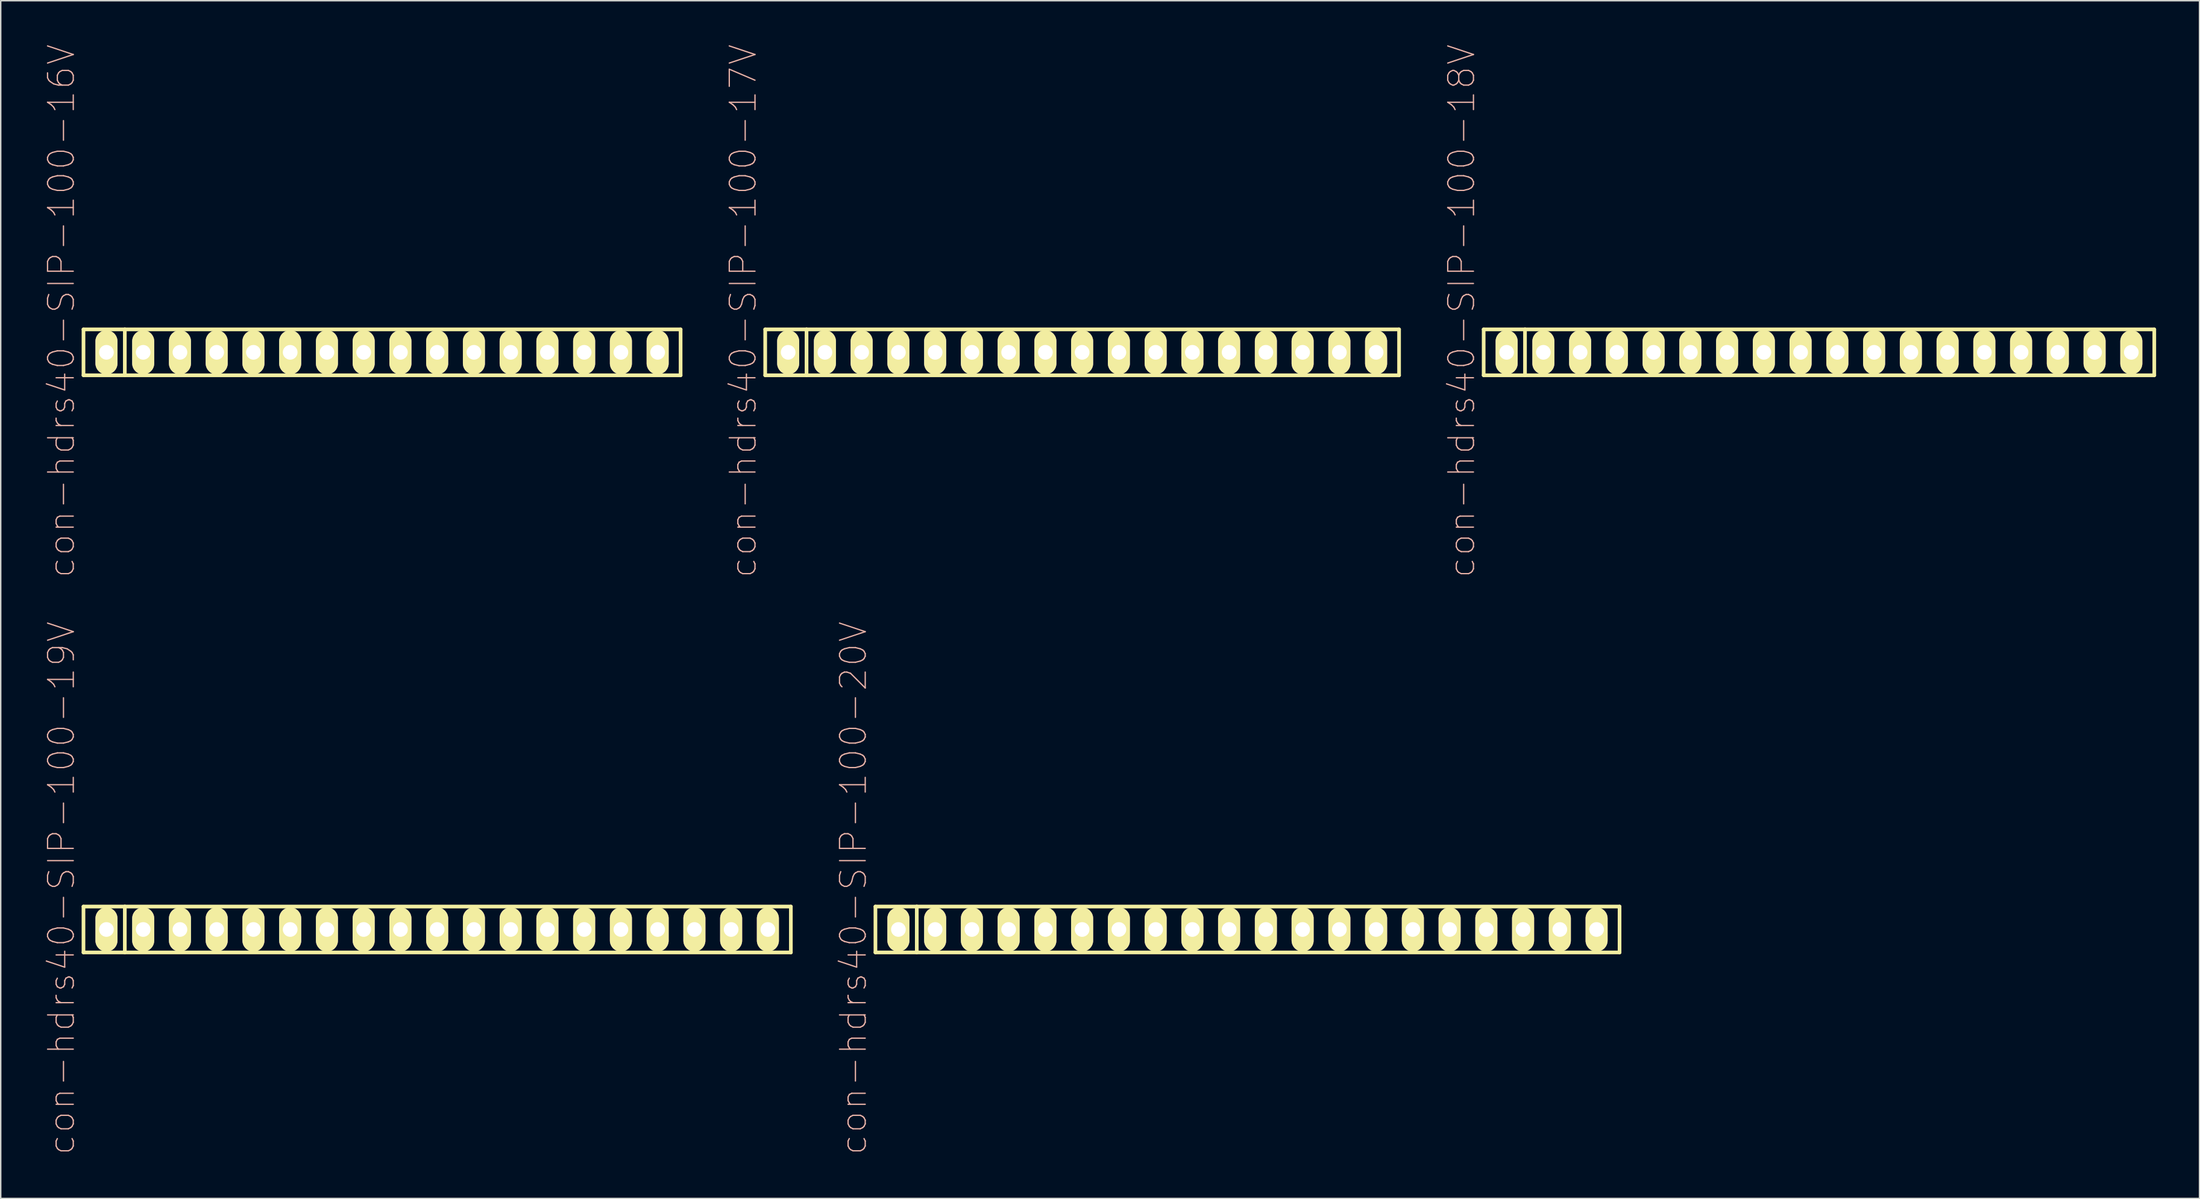
<source format=kicad_pcb>
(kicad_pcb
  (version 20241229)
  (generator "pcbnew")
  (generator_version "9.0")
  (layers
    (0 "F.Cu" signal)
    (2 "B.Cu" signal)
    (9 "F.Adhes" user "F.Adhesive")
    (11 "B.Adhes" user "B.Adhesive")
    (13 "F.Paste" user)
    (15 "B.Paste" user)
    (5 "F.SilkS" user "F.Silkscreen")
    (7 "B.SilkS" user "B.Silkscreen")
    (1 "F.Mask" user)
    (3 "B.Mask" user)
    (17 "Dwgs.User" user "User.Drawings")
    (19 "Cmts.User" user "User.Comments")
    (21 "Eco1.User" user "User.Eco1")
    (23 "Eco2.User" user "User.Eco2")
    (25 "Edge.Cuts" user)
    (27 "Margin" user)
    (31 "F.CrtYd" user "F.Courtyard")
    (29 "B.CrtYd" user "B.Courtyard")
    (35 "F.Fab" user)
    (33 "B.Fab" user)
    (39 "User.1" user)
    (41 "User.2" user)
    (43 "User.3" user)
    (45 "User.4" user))
  (footprint "con-hdrs40-SIP-100-16V"
    (layer "F.Cu")
    (at 23.358 21.313)
    (property "Reference" "con-hdrs40-SIP-100-16V" (at -22.162 -2.857 90) (layer "B.SilkS") (effects (font (size 1.778 1.778) (thickness 0.089))))
    (attr exclude_from_pos_files exclude_from_bom)
    (fp_line (start -20.637 -1.587) (end -20.637 1.587) (stroke (width 0.254) (type solid)) (layer "F.SilkS"))
    (fp_line (start -20.637 1.587) (end 20.637 1.587) (stroke (width 0.254) (type solid)) (layer "F.SilkS"))
    (fp_line (start -17.78 -1.587) (end -20.637 -1.587) (stroke (width 0.254) (type solid)) (layer "F.SilkS"))
    (fp_line (start -17.78 -1.587) (end -17.78 1.587) (stroke (width 0.254) (type solid)) (layer "F.SilkS"))
    (fp_line (start 20.637 -1.587) (end -17.78 -1.587) (stroke (width 0.254) (type solid)) (layer "F.SilkS"))
    (fp_line (start 20.637 1.587) (end 20.637 -1.587) (stroke (width 0.254) (type solid)) (layer "F.SilkS"))
    (pad "1" thru_hole oval (at -19.05 0) (size 1.524 3.048) (drill 1.016) (layers "*.Cu" "F.Mask" "F.SilkS" "F.Paste"))
    (pad "2" thru_hole oval (at -16.51 0) (size 1.524 3.048) (drill 1.016) (layers "*.Cu" "F.Mask" "F.SilkS" "F.Paste"))
    (pad "3" thru_hole oval (at -13.97 0) (size 1.524 3.048) (drill 1.016) (layers "*.Cu" "F.Mask" "F.SilkS" "F.Paste"))
    (pad "4" thru_hole oval (at -11.43 0) (size 1.524 3.048) (drill 1.016) (layers "*.Cu" "F.Mask" "F.SilkS" "F.Paste"))
    (pad "5" thru_hole oval (at -8.89 0) (size 1.524 3.048) (drill 1.016) (layers "*.Cu" "F.Mask" "F.SilkS" "F.Paste"))
    (pad "6" thru_hole oval (at -6.35 0) (size 1.524 3.048) (drill 1.016) (layers "*.Cu" "F.Mask" "F.SilkS" "F.Paste"))
    (pad "7" thru_hole oval (at -3.81 0) (size 1.524 3.048) (drill 1.016) (layers "*.Cu" "F.Mask" "F.SilkS" "F.Paste"))
    (pad "8" thru_hole oval (at -1.27 0) (size 1.524 3.048) (drill 1.016) (layers "*.Cu" "F.Mask" "F.SilkS" "F.Paste"))
    (pad "9" thru_hole oval (at 1.27 0) (size 1.524 3.048) (drill 1.016) (layers "*.Cu" "F.Mask" "F.SilkS" "F.Paste"))
    (pad "10" thru_hole oval (at 3.81 0) (size 1.524 3.048) (drill 1.016) (layers "*.Cu" "F.Mask" "F.SilkS" "F.Paste"))
    (pad "11" thru_hole oval (at 6.35 0) (size 1.524 3.048) (drill 1.016) (layers "*.Cu" "F.Mask" "F.SilkS" "F.Paste"))
    (pad "12" thru_hole oval (at 8.89 0) (size 1.524 3.048) (drill 1.016) (layers "*.Cu" "F.Mask" "F.SilkS" "F.Paste"))
    (pad "13" thru_hole oval (at 11.43 0) (size 1.524 3.048) (drill 1.016) (layers "*.Cu" "F.Mask" "F.SilkS" "F.Paste"))
    (pad "14" thru_hole oval (at 13.97 0) (size 1.524 3.048) (drill 1.016) (layers "*.Cu" "F.Mask" "F.SilkS" "F.Paste"))
    (pad "15" thru_hole oval (at 16.51 0) (size 1.524 3.048) (drill 1.016) (layers "*.Cu" "F.Mask" "F.SilkS" "F.Paste"))
    (pad "16" thru_hole oval (at 19.05 0) (size 1.524 3.048) (drill 1.016) (layers "*.Cu" "F.Mask" "F.SilkS" "F.Paste")))
  (footprint "con-hdrs40-SIP-100-19V"
    (layer "F.Cu")
    (at 27.168 61.223)
    (property "Reference" "con-hdrs40-SIP-100-19V" (at -25.971 -2.857 90) (layer "B.SilkS") (effects (font (size 1.778 1.778) (thickness 0.089))))
    (attr exclude_from_pos_files exclude_from_bom)
    (fp_line (start -24.448 -1.587) (end -24.448 1.587) (stroke (width 0.254) (type solid)) (layer "F.SilkS"))
    (fp_line (start -24.448 1.587) (end 24.448 1.587) (stroke (width 0.254) (type solid)) (layer "F.SilkS"))
    (fp_line (start -21.59 -1.587) (end -24.448 -1.587) (stroke (width 0.254) (type solid)) (layer "F.SilkS"))
    (fp_line (start -21.59 -1.587) (end -21.59 1.587) (stroke (width 0.254) (type solid)) (layer "F.SilkS"))
    (fp_line (start 24.448 -1.587) (end -21.59 -1.587) (stroke (width 0.254) (type solid)) (layer "F.SilkS"))
    (fp_line (start 24.448 1.587) (end 24.448 -1.587) (stroke (width 0.254) (type solid)) (layer "F.SilkS"))
    (pad "1" thru_hole oval (at -22.86 0) (size 1.524 3.048) (drill 1.016) (layers "*.Cu" "F.Mask" "F.SilkS" "F.Paste"))
    (pad "2" thru_hole oval (at -20.32 0) (size 1.524 3.048) (drill 1.016) (layers "*.Cu" "F.Mask" "F.SilkS" "F.Paste"))
    (pad "3" thru_hole oval (at -17.78 0) (size 1.524 3.048) (drill 1.016) (layers "*.Cu" "F.Mask" "F.SilkS" "F.Paste"))
    (pad "4" thru_hole oval (at -15.24 0) (size 1.524 3.048) (drill 1.016) (layers "*.Cu" "F.Mask" "F.SilkS" "F.Paste"))
    (pad "5" thru_hole oval (at -12.7 0) (size 1.524 3.048) (drill 1.016) (layers "*.Cu" "F.Mask" "F.SilkS" "F.Paste"))
    (pad "6" thru_hole oval (at -10.16 0) (size 1.524 3.048) (drill 1.016) (layers "*.Cu" "F.Mask" "F.SilkS" "F.Paste"))
    (pad "7" thru_hole oval (at -7.62 0) (size 1.524 3.048) (drill 1.016) (layers "*.Cu" "F.Mask" "F.SilkS" "F.Paste"))
    (pad "8" thru_hole oval (at -5.08 0) (size 1.524 3.048) (drill 1.016) (layers "*.Cu" "F.Mask" "F.SilkS" "F.Paste"))
    (pad "9" thru_hole oval (at -2.54 0) (size 1.524 3.048) (drill 1.016) (layers "*.Cu" "F.Mask" "F.SilkS" "F.Paste"))
    (pad "10" thru_hole oval (at 0 0) (size 1.524 3.048) (drill 1.016) (layers "*.Cu" "F.Mask" "F.SilkS" "F.Paste"))
    (pad "11" thru_hole oval (at 2.54 0) (size 1.524 3.048) (drill 1.016) (layers "*.Cu" "F.Mask" "F.SilkS" "F.Paste"))
    (pad "12" thru_hole oval (at 5.08 0) (size 1.524 3.048) (drill 1.016) (layers "*.Cu" "F.Mask" "F.SilkS" "F.Paste"))
    (pad "13" thru_hole oval (at 7.62 0) (size 1.524 3.048) (drill 1.016) (layers "*.Cu" "F.Mask" "F.SilkS" "F.Paste"))
    (pad "14" thru_hole oval (at 10.16 0) (size 1.524 3.048) (drill 1.016) (layers "*.Cu" "F.Mask" "F.SilkS" "F.Paste"))
    (pad "15" thru_hole oval (at 12.7 0) (size 1.524 3.048) (drill 1.016) (layers "*.Cu" "F.Mask" "F.SilkS" "F.Paste"))
    (pad "16" thru_hole oval (at 15.24 0) (size 1.524 3.048) (drill 1.016) (layers "*.Cu" "F.Mask" "F.SilkS" "F.Paste"))
    (pad "17" thru_hole oval (at 17.78 0) (size 1.524 3.048) (drill 1.016) (layers "*.Cu" "F.Mask" "F.SilkS" "F.Paste"))
    (pad "18" thru_hole oval (at 20.32 0) (size 1.524 3.048) (drill 1.016) (layers "*.Cu" "F.Mask" "F.SilkS" "F.Paste"))
    (pad "19" thru_hole oval (at 22.86 0) (size 1.524 3.048) (drill 1.016) (layers "*.Cu" "F.Mask" "F.SilkS" "F.Paste")))
  (footprint "con-hdrs40-SIP-100-18V"
    (layer "F.Cu")
    (at 122.682 21.313)
    (property "Reference" "con-hdrs40-SIP-100-18V" (at -24.701 -2.857 90) (layer "B.SilkS") (effects (font (size 1.778 1.778) (thickness 0.089))))
    (attr exclude_from_pos_files exclude_from_bom)
    (fp_line (start -23.177 -1.587) (end -23.177 1.587) (stroke (width 0.254) (type solid)) (layer "F.SilkS"))
    (fp_line (start -23.177 1.587) (end 23.177 1.587) (stroke (width 0.254) (type solid)) (layer "F.SilkS"))
    (fp_line (start -20.32 -1.587) (end -23.177 -1.587) (stroke (width 0.254) (type solid)) (layer "F.SilkS"))
    (fp_line (start -20.32 -1.587) (end -20.32 1.587) (stroke (width 0.254) (type solid)) (layer "F.SilkS"))
    (fp_line (start 23.177 -1.587) (end -20.32 -1.587) (stroke (width 0.254) (type solid)) (layer "F.SilkS"))
    (fp_line (start 23.177 1.587) (end 23.177 -1.587) (stroke (width 0.254) (type solid)) (layer "F.SilkS"))
    (pad "1" thru_hole oval (at -21.59 0) (size 1.524 3.048) (drill 1.016) (layers "*.Cu" "F.Mask" "F.SilkS" "F.Paste"))
    (pad "2" thru_hole oval (at -19.05 0) (size 1.524 3.048) (drill 1.016) (layers "*.Cu" "F.Mask" "F.SilkS" "F.Paste"))
    (pad "3" thru_hole oval (at -16.51 0) (size 1.524 3.048) (drill 1.016) (layers "*.Cu" "F.Mask" "F.SilkS" "F.Paste"))
    (pad "4" thru_hole oval (at -13.97 0) (size 1.524 3.048) (drill 1.016) (layers "*.Cu" "F.Mask" "F.SilkS" "F.Paste"))
    (pad "5" thru_hole oval (at -11.43 0) (size 1.524 3.048) (drill 1.016) (layers "*.Cu" "F.Mask" "F.SilkS" "F.Paste"))
    (pad "6" thru_hole oval (at -8.89 0) (size 1.524 3.048) (drill 1.016) (layers "*.Cu" "F.Mask" "F.SilkS" "F.Paste"))
    (pad "7" thru_hole oval (at -6.35 0) (size 1.524 3.048) (drill 1.016) (layers "*.Cu" "F.Mask" "F.SilkS" "F.Paste"))
    (pad "8" thru_hole oval (at -3.81 0) (size 1.524 3.048) (drill 1.016) (layers "*.Cu" "F.Mask" "F.SilkS" "F.Paste"))
    (pad "9" thru_hole oval (at -1.27 0) (size 1.524 3.048) (drill 1.016) (layers "*.Cu" "F.Mask" "F.SilkS" "F.Paste"))
    (pad "10" thru_hole oval (at 1.27 0) (size 1.524 3.048) (drill 1.016) (layers "*.Cu" "F.Mask" "F.SilkS" "F.Paste"))
    (pad "11" thru_hole oval (at 3.81 0) (size 1.524 3.048) (drill 1.016) (layers "*.Cu" "F.Mask" "F.SilkS" "F.Paste"))
    (pad "12" thru_hole oval (at 6.35 0) (size 1.524 3.048) (drill 1.016) (layers "*.Cu" "F.Mask" "F.SilkS" "F.Paste"))
    (pad "13" thru_hole oval (at 8.89 0) (size 1.524 3.048) (drill 1.016) (layers "*.Cu" "F.Mask" "F.SilkS" "F.Paste"))
    (pad "14" thru_hole oval (at 11.43 0) (size 1.524 3.048) (drill 1.016) (layers "*.Cu" "F.Mask" "F.SilkS" "F.Paste"))
    (pad "15" thru_hole oval (at 13.97 0) (size 1.524 3.048) (drill 1.016) (layers "*.Cu" "F.Mask" "F.SilkS" "F.Paste"))
    (pad "16" thru_hole oval (at 16.51 0) (size 1.524 3.048) (drill 1.016) (layers "*.Cu" "F.Mask" "F.SilkS" "F.Paste"))
    (pad "17" thru_hole oval (at 19.05 0) (size 1.524 3.048) (drill 1.016) (layers "*.Cu" "F.Mask" "F.SilkS" "F.Paste"))
    (pad "18" thru_hole oval (at 21.59 0) (size 1.524 3.048) (drill 1.016) (layers "*.Cu" "F.Mask" "F.SilkS" "F.Paste")))
  (footprint "con-hdrs40-SIP-100-20V"
    (layer "F.Cu")
    (at 83.18 61.223)
    (property "Reference" "con-hdrs40-SIP-100-20V" (at -27.241 -2.857 90) (layer "B.SilkS") (effects (font (size 1.778 1.778) (thickness 0.089))))
    (attr exclude_from_pos_files exclude_from_bom)
    (fp_line (start -25.718 -1.587) (end -25.718 1.587) (stroke (width 0.254) (type solid)) (layer "F.SilkS"))
    (fp_line (start -25.718 1.587) (end 25.718 1.587) (stroke (width 0.254) (type solid)) (layer "F.SilkS"))
    (fp_line (start -22.86 -1.587) (end -25.718 -1.587) (stroke (width 0.254) (type solid)) (layer "F.SilkS"))
    (fp_line (start -22.86 -1.587) (end -22.86 1.587) (stroke (width 0.254) (type solid)) (layer "F.SilkS"))
    (fp_line (start 25.718 -1.587) (end -22.86 -1.587) (stroke (width 0.254) (type solid)) (layer "F.SilkS"))
    (fp_line (start 25.718 1.587) (end 25.718 -1.587) (stroke (width 0.254) (type solid)) (layer "F.SilkS"))
    (pad "1" thru_hole oval (at -24.13 0) (size 1.524 3.048) (drill 1.016) (layers "*.Cu" "F.Mask" "F.SilkS" "F.Paste"))
    (pad "2" thru_hole oval (at -21.59 0) (size 1.524 3.048) (drill 1.016) (layers "*.Cu" "F.Mask" "F.SilkS" "F.Paste"))
    (pad "3" thru_hole oval (at -19.05 0) (size 1.524 3.048) (drill 1.016) (layers "*.Cu" "F.Mask" "F.SilkS" "F.Paste"))
    (pad "4" thru_hole oval (at -16.51 0) (size 1.524 3.048) (drill 1.016) (layers "*.Cu" "F.Mask" "F.SilkS" "F.Paste"))
    (pad "5" thru_hole oval (at -13.97 0) (size 1.524 3.048) (drill 1.016) (layers "*.Cu" "F.Mask" "F.SilkS" "F.Paste"))
    (pad "6" thru_hole oval (at -11.43 0) (size 1.524 3.048) (drill 1.016) (layers "*.Cu" "F.Mask" "F.SilkS" "F.Paste"))
    (pad "7" thru_hole oval (at -8.89 0) (size 1.524 3.048) (drill 1.016) (layers "*.Cu" "F.Mask" "F.SilkS" "F.Paste"))
    (pad "8" thru_hole oval (at -6.35 0) (size 1.524 3.048) (drill 1.016) (layers "*.Cu" "F.Mask" "F.SilkS" "F.Paste"))
    (pad "9" thru_hole oval (at -3.81 0) (size 1.524 3.048) (drill 1.016) (layers "*.Cu" "F.Mask" "F.SilkS" "F.Paste"))
    (pad "10" thru_hole oval (at -1.27 0) (size 1.524 3.048) (drill 1.016) (layers "*.Cu" "F.Mask" "F.SilkS" "F.Paste"))
    (pad "11" thru_hole oval (at 1.27 0) (size 1.524 3.048) (drill 1.016) (layers "*.Cu" "F.Mask" "F.SilkS" "F.Paste"))
    (pad "12" thru_hole oval (at 3.81 0) (size 1.524 3.048) (drill 1.016) (layers "*.Cu" "F.Mask" "F.SilkS" "F.Paste"))
    (pad "13" thru_hole oval (at 6.35 0) (size 1.524 3.048) (drill 1.016) (layers "*.Cu" "F.Mask" "F.SilkS" "F.Paste"))
    (pad "14" thru_hole oval (at 8.89 0) (size 1.524 3.048) (drill 1.016) (layers "*.Cu" "F.Mask" "F.SilkS" "F.Paste"))
    (pad "15" thru_hole oval (at 11.43 0) (size 1.524 3.048) (drill 1.016) (layers "*.Cu" "F.Mask" "F.SilkS" "F.Paste"))
    (pad "16" thru_hole oval (at 13.97 0) (size 1.524 3.048) (drill 1.016) (layers "*.Cu" "F.Mask" "F.SilkS" "F.Paste"))
    (pad "17" thru_hole oval (at 16.51 0) (size 1.524 3.048) (drill 1.016) (layers "*.Cu" "F.Mask" "F.SilkS" "F.Paste"))
    (pad "18" thru_hole oval (at 19.05 0) (size 1.524 3.048) (drill 1.016) (layers "*.Cu" "F.Mask" "F.SilkS" "F.Paste"))
    (pad "19" thru_hole oval (at 21.59 0) (size 1.524 3.048) (drill 1.016) (layers "*.Cu" "F.Mask" "F.SilkS" "F.Paste"))
    (pad "20" thru_hole oval (at 24.13 0) (size 1.524 3.048) (drill 1.016) (layers "*.Cu" "F.Mask" "F.SilkS" "F.Paste")))
  (footprint "con-hdrs40-SIP-100-17V"
    (layer "F.Cu")
    (at 71.75 21.313)
    (property "Reference" "con-hdrs40-SIP-100-17V" (at -23.431 -2.857 90) (layer "B.SilkS") (effects (font (size 1.778 1.778) (thickness 0.089))))
    (attr exclude_from_pos_files exclude_from_bom)
    (fp_line (start -21.907 -1.587) (end -21.907 1.587) (stroke (width 0.254) (type solid)) (layer "F.SilkS"))
    (fp_line (start -21.907 1.587) (end 21.907 1.587) (stroke (width 0.254) (type solid)) (layer "F.SilkS"))
    (fp_line (start -19.05 -1.587) (end -21.907 -1.587) (stroke (width 0.254) (type solid)) (layer "F.SilkS"))
    (fp_line (start -19.05 -1.587) (end -19.05 1.587) (stroke (width 0.254) (type solid)) (layer "F.SilkS"))
    (fp_line (start 21.907 -1.587) (end -19.05 -1.587) (stroke (width 0.254) (type solid)) (layer "F.SilkS"))
    (fp_line (start 21.907 1.587) (end 21.907 -1.587) (stroke (width 0.254) (type solid)) (layer "F.SilkS"))
    (pad "1" thru_hole oval (at -20.32 0) (size 1.524 3.048) (drill 1.016) (layers "*.Cu" "F.Mask" "F.SilkS" "F.Paste"))
    (pad "2" thru_hole oval (at -17.78 0) (size 1.524 3.048) (drill 1.016) (layers "*.Cu" "F.Mask" "F.SilkS" "F.Paste"))
    (pad "3" thru_hole oval (at -15.24 0) (size 1.524 3.048) (drill 1.016) (layers "*.Cu" "F.Mask" "F.SilkS" "F.Paste"))
    (pad "4" thru_hole oval (at -12.7 0) (size 1.524 3.048) (drill 1.016) (layers "*.Cu" "F.Mask" "F.SilkS" "F.Paste"))
    (pad "5" thru_hole oval (at -10.16 0) (size 1.524 3.048) (drill 1.016) (layers "*.Cu" "F.Mask" "F.SilkS" "F.Paste"))
    (pad "6" thru_hole oval (at -7.62 0) (size 1.524 3.048) (drill 1.016) (layers "*.Cu" "F.Mask" "F.SilkS" "F.Paste"))
    (pad "7" thru_hole oval (at -5.08 0) (size 1.524 3.048) (drill 1.016) (layers "*.Cu" "F.Mask" "F.SilkS" "F.Paste"))
    (pad "8" thru_hole oval (at -2.54 0) (size 1.524 3.048) (drill 1.016) (layers "*.Cu" "F.Mask" "F.SilkS" "F.Paste"))
    (pad "9" thru_hole oval (at 0 0) (size 1.524 3.048) (drill 1.016) (layers "*.Cu" "F.Mask" "F.SilkS" "F.Paste"))
    (pad "10" thru_hole oval (at 2.54 0) (size 1.524 3.048) (drill 1.016) (layers "*.Cu" "F.Mask" "F.SilkS" "F.Paste"))
    (pad "11" thru_hole oval (at 5.08 0) (size 1.524 3.048) (drill 1.016) (layers "*.Cu" "F.Mask" "F.SilkS" "F.Paste"))
    (pad "12" thru_hole oval (at 7.62 0) (size 1.524 3.048) (drill 1.016) (layers "*.Cu" "F.Mask" "F.SilkS" "F.Paste"))
    (pad "13" thru_hole oval (at 10.16 0) (size 1.524 3.048) (drill 1.016) (layers "*.Cu" "F.Mask" "F.SilkS" "F.Paste"))
    (pad "14" thru_hole oval (at 12.7 0) (size 1.524 3.048) (drill 1.016) (layers "*.Cu" "F.Mask" "F.SilkS" "F.Paste"))
    (pad "15" thru_hole oval (at 15.24 0) (size 1.524 3.048) (drill 1.016) (layers "*.Cu" "F.Mask" "F.SilkS" "F.Paste"))
    (pad "16" thru_hole oval (at 17.78 0) (size 1.524 3.048) (drill 1.016) (layers "*.Cu" "F.Mask" "F.SilkS" "F.Paste"))
    (pad "17" thru_hole oval (at 20.32 0) (size 1.524 3.048) (drill 1.016) (layers "*.Cu" "F.Mask" "F.SilkS" "F.Paste")))
  (gr_rect
    (start -3 -3)
    (end 148.986 79.821)
    (stroke (width 0.1) (type default))
    (fill no)
    (layer "Edge.Cuts")))
</source>
